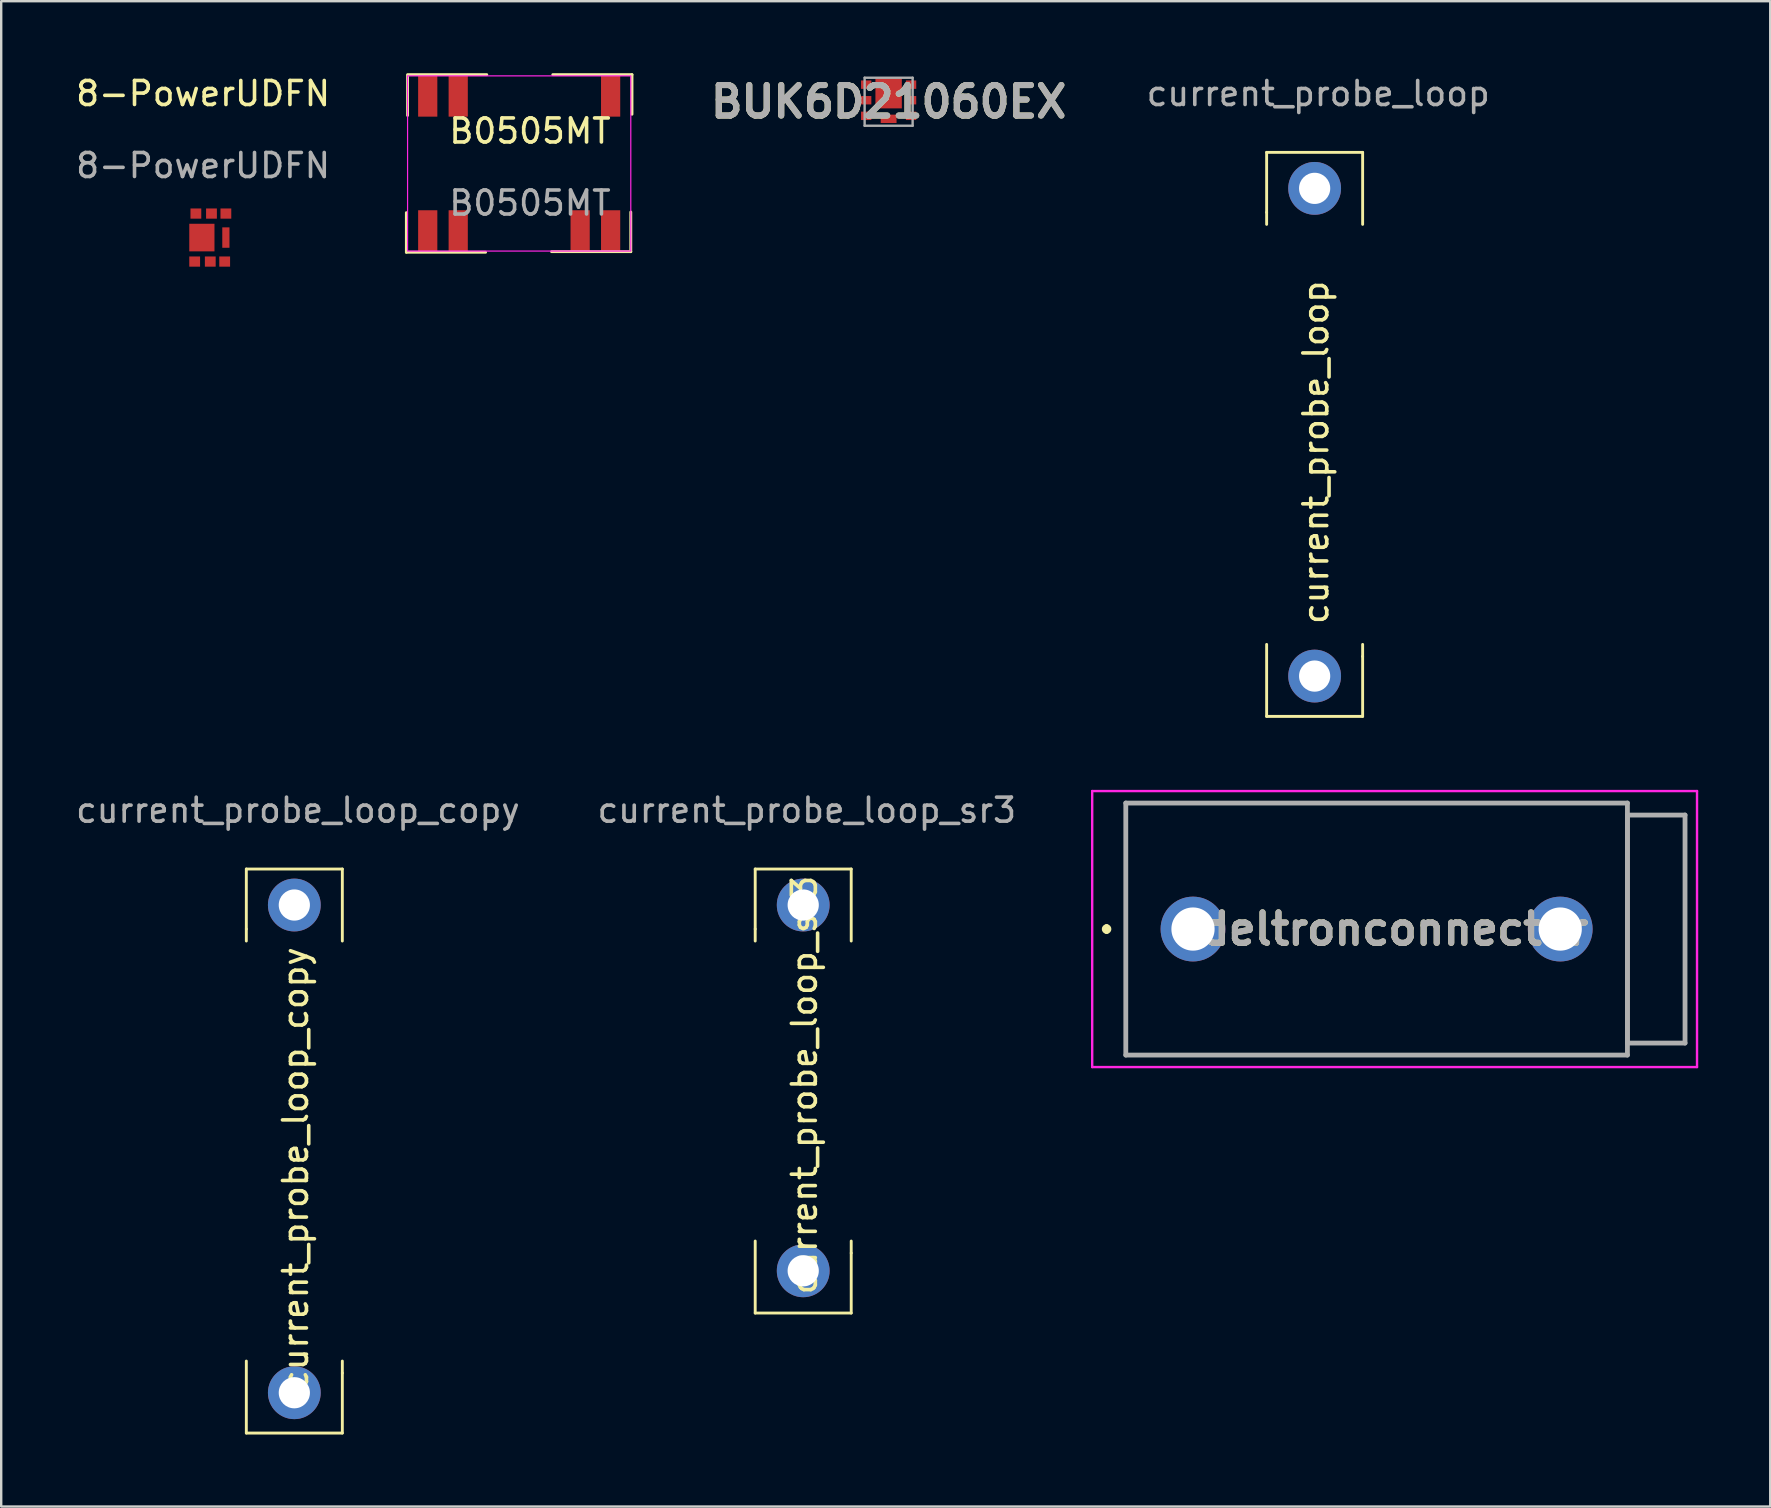
<source format=kicad_pcb>
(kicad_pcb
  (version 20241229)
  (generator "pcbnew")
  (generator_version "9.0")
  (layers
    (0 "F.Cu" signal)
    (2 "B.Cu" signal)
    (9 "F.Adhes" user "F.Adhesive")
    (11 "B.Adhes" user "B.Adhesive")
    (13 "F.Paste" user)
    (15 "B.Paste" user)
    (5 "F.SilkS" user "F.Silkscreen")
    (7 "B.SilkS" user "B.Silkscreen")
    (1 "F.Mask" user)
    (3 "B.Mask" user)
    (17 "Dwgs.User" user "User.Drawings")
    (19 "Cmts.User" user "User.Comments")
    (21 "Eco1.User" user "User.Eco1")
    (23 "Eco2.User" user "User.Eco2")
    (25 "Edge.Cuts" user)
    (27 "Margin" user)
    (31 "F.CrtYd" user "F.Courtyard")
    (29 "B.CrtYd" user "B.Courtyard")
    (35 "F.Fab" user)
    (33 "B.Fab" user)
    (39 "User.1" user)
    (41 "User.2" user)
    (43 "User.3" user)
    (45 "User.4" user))
  (footprint "current_probe_loop"
    (layer "F.Cu")
    (at 51.723 4.798)
    (property "Reference" "current_probe_loop" (at 0.05 11 90) (unlocked yes) (layer "F.SilkS") (effects (font (size 1 1) (thickness 0.15))))
    (attr through_hole)
    (fp_line (start -2 -1.5) (end 2 -1.5) (stroke (width 0.12) (type solid)) (layer "F.SilkS"))
    (fp_line (start -2 1) (end -2 -1.5) (stroke (width 0.12) (type solid)) (layer "F.SilkS"))
    (fp_line (start -2 1) (end -2 1.5) (stroke (width 0.12) (type solid)) (layer "F.SilkS"))
    (fp_line (start -2 22) (end -2 19) (stroke (width 0.12) (type solid)) (layer "F.SilkS"))
    (fp_line (start 2 -1.5) (end 2 1.5) (stroke (width 0.12) (type solid)) (layer "F.SilkS"))
    (fp_line (start 2 19.5) (end 2 19) (stroke (width 0.12) (type solid)) (layer "F.SilkS"))
    (fp_line (start 2 19.5) (end 2 22) (stroke (width 0.12) (type solid)) (layer "F.SilkS"))
    (fp_line (start 2 22) (end -2 22) (stroke (width 0.12) (type solid)) (layer "F.SilkS"))
    (fp_text user "${REFERENCE}" (at 0.15 -3.95 0) (unlocked yes) (layer "F.Fab") (effects (font (size 1 1) (thickness 0.15))))
    (pad "1" thru_hole circle (at 0 0) (size 2.2 2.2) (drill 1.3) (layers "*.Cu" "*.Mask"))
    (pad "2" thru_hole circle (at 0 20.32) (size 2.2 2.2) (drill 1.3) (layers "*.Cu" "*.Mask")))
  (footprint "current_probe_loop_sr3"
    (layer "F.Cu")
    (at 30.415 34.657)
    (property "Reference" "current_probe_loop_sr3" (at 0.05 7.5 90) (unlocked yes) (layer "F.SilkS") (effects (font (size 1 1) (thickness 0.15))))
    (attr through_hole)
    (fp_line (start -2 -1.5) (end 2 -1.5) (stroke (width 0.12) (type solid)) (layer "F.SilkS"))
    (fp_line (start -2 1) (end -2 -1.5) (stroke (width 0.12) (type solid)) (layer "F.SilkS"))
    (fp_line (start -2 1) (end -2 1.5) (stroke (width 0.12) (type solid)) (layer "F.SilkS"))
    (fp_line (start -2 17) (end -2 14) (stroke (width 0.12) (type solid)) (layer "F.SilkS"))
    (fp_line (start 2 -1.5) (end 2 1.5) (stroke (width 0.12) (type solid)) (layer "F.SilkS"))
    (fp_line (start 2 14.5) (end 2 14) (stroke (width 0.12) (type solid)) (layer "F.SilkS"))
    (fp_line (start 2 14.5) (end 2 17) (stroke (width 0.12) (type solid)) (layer "F.SilkS"))
    (fp_line (start 2 17) (end -2 17) (stroke (width 0.12) (type solid)) (layer "F.SilkS"))
    (fp_text user "${REFERENCE}" (at 0.15 -3.95 0) (unlocked yes) (layer "F.Fab") (effects (font (size 1 1) (thickness 0.15))))
    (pad "1" thru_hole circle (at 0 0) (size 2.2 2.2) (drill 1.3) (layers "*.Cu" "*.Mask"))
    (pad "2" thru_hole circle (at 0 15.24) (size 2.2 2.2) (drill 1.3) (layers "*.Cu" "*.Mask")))
  (footprint "B0505MT"
    (layer "F.Cu")
    (at 18.581 3.61)
    (property "Reference" "B0505MT" (at 0.45 -1.2 0) (unlocked yes) (layer "F.SilkS") (effects (font (size 1 1) (thickness 0.15))))
    (attr smd)
    (fp_line (start -4.7 2.2) (end -4.7 3.85) (stroke (width 0.12) (type solid)) (layer "F.SilkS"))
    (fp_line (start -4.7 3.85) (end -1.4 3.85) (stroke (width 0.12) (type solid)) (layer "F.SilkS"))
    (fp_line (start -4.65 -3.55) (end -1.35 -3.55) (stroke (width 0.12) (type solid)) (layer "F.SilkS"))
    (fp_line (start -4.65 -1.85) (end -4.65 -3.5) (stroke (width 0.12) (type solid)) (layer "F.SilkS"))
    (fp_line (start 4.65 2.175) (end 4.65 3.825) (stroke (width 0.12) (type solid)) (layer "F.SilkS"))
    (fp_line (start 4.65 3.825) (end 1.35 3.825) (stroke (width 0.12) (type solid)) (layer "F.SilkS"))
    (fp_line (start 4.7 -3.55) (end 1.4 -3.55) (stroke (width 0.12) (type solid)) (layer "F.SilkS"))
    (fp_line (start 4.7 -1.9) (end 4.7 -3.55) (stroke (width 0.12) (type solid)) (layer "F.SilkS"))
    (fp_rect (start -4.65 -3.5) (end 4.65 3.8) (stroke (width 0.05) (type solid)) (fill no) (layer "F.CrtYd"))
    (fp_text user "${REFERENCE}" (at 0.45 1.8 0) (unlocked yes) (layer "F.Fab") (effects (font (size 1 1) (thickness 0.15))))
    (pad "1" smd rect (at 3.81 -2.65 90) (size 1.7 0.8) (layers "F.Cu" "F.Mask" "F.Paste"))
    (pad "2" smd rect (at 2.54 2.95 90) (size 1.7 0.8) (layers "F.Cu" "F.Mask" "F.Paste"))
    (pad "2" smd rect (at 3.81 2.95 90) (size 1.7 0.8) (layers "F.Cu" "F.Mask" "F.Paste"))
    (pad "3" smd rect (at -3.81 -2.65 90) (size 1.7 0.8) (layers "F.Cu" "F.Mask" "F.Paste"))
    (pad "3" smd rect (at -2.54 -2.65 90) (size 1.7 0.8) (layers "F.Cu" "F.Mask" "F.Paste"))
    (pad "4" smd rect (at -3.81 2.95 90) (size 1.7 0.8) (layers "F.Cu" "F.Mask" "F.Paste"))
    (pad "4" smd rect (at -2.54 2.95 90) (size 1.7 0.8) (layers "F.Cu" "F.Mask" "F.Paste")))
  (footprint "BUK6D21060EX"
    (layer "F.Cu")
    (at 33.974 1.189)
    (property "Reference" "BUK6D21060EX" (at 0 0 0) (layer "F.SilkS") (effects (font (size 1.27 1.27) (thickness 0.254))))
    (attr smd)
    (fp_line (start -1.6 -0.7) (end -1.6 -0.7) (stroke (width 0.1) (type solid)) (layer "F.SilkS"))
    (fp_line (start -1.6 -0.6) (end -1.6 -0.6) (stroke (width 0.1) (type solid)) (layer "F.SilkS"))
    (fp_arc (start -1.6 -0.7) (mid -1.55 -0.65) (end -1.6 -0.6) (stroke (width 0.1) (type solid)) (layer "F.SilkS"))
    (fp_arc (start -1.6 -0.6) (mid -1.65 -0.65) (end -1.6 -0.7) (stroke (width 0.1) (type solid)) (layer "F.SilkS"))
    (fp_line (start -1 -1) (end -1 1) (stroke (width 0.1) (type solid)) (layer "F.Fab"))
    (fp_line (start -1 1) (end 1 1) (stroke (width 0.1) (type solid)) (layer "F.Fab"))
    (fp_line (start 1 -1) (end -1 -1) (stroke (width 0.1) (type solid)) (layer "F.Fab"))
    (fp_line (start 1 1) (end 1 -1) (stroke (width 0.1) (type solid)) (layer "F.Fab"))
    (fp_text user "${REFERENCE}" (at 0 0 0) (layer "F.Fab") (effects (font (size 1.27 1.27) (thickness 0.254))))
    (pad "1" smd rect (at -0.935 -0.712 90) (size 0.35 0.43) (layers "F.Cu" "F.Mask" "F.Paste"))
    (pad "2" smd rect (at -0.935 -0.063 90) (size 0.35 0.43) (layers "F.Cu" "F.Mask" "F.Paste"))
    (pad "3" smd rect (at -0.935 0.587 90) (size 0.35 0.43) (layers "F.Cu" "F.Mask" "F.Paste"))
    (pad "4" smd rect (at 0.935 0.587 90) (size 0.35 0.43) (layers "F.Cu" "F.Mask" "F.Paste"))
    (pad "5" smd rect (at 0.935 -0.063 90) (size 0.35 0.43) (layers "F.Cu" "F.Mask" "F.Paste"))
    (pad "6" smd rect (at 0.935 -0.712 90) (size 0.35 0.43) (layers "F.Cu" "F.Mask" "F.Paste"))
    (pad "7" smd rect (at 0 -0.348) (size 1.1 1.25) (layers "F.Cu" "F.Mask" "F.Paste"))
    (pad "8" smd rect (at 0 0.712 90) (size 0.35 0.66) (layers "F.Cu" "F.Mask" "F.Paste")))
  (footprint "current_probe_loop_copy"
    (layer "F.Cu")
    (at 9.213 34.657)
    (property "Reference" "current_probe_loop_copy" (at 0.05 11 90) (unlocked yes) (layer "F.SilkS") (effects (font (size 1 1) (thickness 0.15))))
    (attr through_hole)
    (fp_line (start -2 -1.5) (end 2 -1.5) (stroke (width 0.12) (type solid)) (layer "F.SilkS"))
    (fp_line (start -2 1) (end -2 -1.5) (stroke (width 0.12) (type solid)) (layer "F.SilkS"))
    (fp_line (start -2 1) (end -2 1.5) (stroke (width 0.12) (type solid)) (layer "F.SilkS"))
    (fp_line (start -2 22) (end -2 19) (stroke (width 0.12) (type solid)) (layer "F.SilkS"))
    (fp_line (start 2 -1.5) (end 2 1.5) (stroke (width 0.12) (type solid)) (layer "F.SilkS"))
    (fp_line (start 2 19.5) (end 2 19) (stroke (width 0.12) (type solid)) (layer "F.SilkS"))
    (fp_line (start 2 19.5) (end 2 22) (stroke (width 0.12) (type solid)) (layer "F.SilkS"))
    (fp_line (start 2 22) (end -2 22) (stroke (width 0.12) (type solid)) (layer "F.SilkS"))
    (fp_text user "${REFERENCE}" (at 0.15 -3.95 0) (unlocked yes) (layer "F.Fab") (effects (font (size 1 1) (thickness 0.15))))
    (pad "1" thru_hole circle (at 0 0) (size 2.2 2.2) (drill 1.3) (layers "*.Cu" "*.Mask"))
    (pad "2" thru_hole circle (at 0 20.32) (size 2.2 2.2) (drill 1.3) (layers "*.Cu" "*.Mask")))
  (footprint "deltronconnector"
    (layer "F.Cu")
    (at 46.655 35.658)
    (property "Reference" "deltronconnector" (at 8.4 0 0) (layer "F.SilkS") (effects (font (size 1.27 1.27) (thickness 0.254))))
    (attr through_hole)
    (fp_line (start -3.6 -0.1) (end -3.6 -0.1) (stroke (width 0.2) (type solid)) (layer "F.SilkS"))
    (fp_line (start -3.6 0.1) (end -3.6 0.1) (stroke (width 0.2) (type solid)) (layer "F.SilkS"))
    (fp_line (start -2.8 -5.25) (end 18.1 -5.25) (stroke (width 0.1) (type solid)) (layer "F.SilkS"))
    (fp_line (start -2.8 5.25) (end -2.8 -5.25) (stroke (width 0.1) (type solid)) (layer "F.SilkS"))
    (fp_line (start 18.1 -5.25) (end 18.1 5.25) (stroke (width 0.1) (type solid)) (layer "F.SilkS"))
    (fp_line (start 18.1 5.25) (end -2.8 5.25) (stroke (width 0.1) (type solid)) (layer "F.SilkS"))
    (fp_arc (start -3.6 -0.1) (mid -3.5 0) (end -3.6 0.1) (stroke (width 0.2) (type solid)) (layer "F.SilkS"))
    (fp_arc (start -3.6 0.1) (mid -3.7 0) (end -3.6 -0.1) (stroke (width 0.2) (type solid)) (layer "F.SilkS"))
    (fp_line (start -4.2 -5.75) (end 21 -5.75) (stroke (width 0.1) (type solid)) (layer "F.CrtYd"))
    (fp_line (start -4.2 5.75) (end -4.2 -5.75) (stroke (width 0.1) (type solid)) (layer "F.CrtYd"))
    (fp_line (start 21 -5.75) (end 21 5.75) (stroke (width 0.1) (type solid)) (layer "F.CrtYd"))
    (fp_line (start 21 5.75) (end -4.2 5.75) (stroke (width 0.1) (type solid)) (layer "F.CrtYd"))
    (fp_line (start -2.8 -5.25) (end -2.8 5.25) (stroke (width 0.2) (type solid)) (layer "F.Fab"))
    (fp_line (start -2.8 5.25) (end 18.1 5.25) (stroke (width 0.2) (type solid)) (layer "F.Fab"))
    (fp_line (start 18.1 -5.25) (end -2.8 -5.25) (stroke (width 0.2) (type solid)) (layer "F.Fab"))
    (fp_line (start 18.1 -4.75) (end 20.5 -4.75) (stroke (width 0.2) (type solid)) (layer "F.Fab"))
    (fp_line (start 18.1 4.75) (end 18.1 -4.75) (stroke (width 0.2) (type solid)) (layer "F.Fab"))
    (fp_line (start 18.1 5.25) (end 18.1 -5.25) (stroke (width 0.2) (type solid)) (layer "F.Fab"))
    (fp_line (start 20.5 -4.75) (end 20.5 4.75) (stroke (width 0.2) (type solid)) (layer "F.Fab"))
    (fp_line (start 20.5 4.75) (end 18.1 4.75) (stroke (width 0.2) (type solid)) (layer "F.Fab"))
    (fp_text user "${REFERENCE}" (at 8.4 0 0) (layer "F.Fab") (effects (font (size 1.27 1.27) (thickness 0.254))))
    (pad "1" thru_hole circle (at 0 0) (size 2.7 2.7) (drill 1.8) (layers "*.Cu" "*.Mask"))
    (pad "1" thru_hole circle (at 15.3 0) (size 2.7 2.7) (drill 1.8) (layers "*.Cu" "*.Mask")))
  (footprint "8-PowerUDFN"
    (layer "F.Cu")
    (at 5.561 6.798)
    (property "Reference" "8-PowerUDFN" (at -0.15 -5.95 0) (unlocked yes) (layer "F.SilkS") (effects (font (size 1 1) (thickness 0.15))))
    (attr smd)
    (fp_text user "${REFERENCE}" (at -0.15 -2.95 0) (unlocked yes) (layer "F.Fab") (effects (font (size 1 1) (thickness 0.15))))
    (pad "1" smd rect (at -0.2 0.05) (size 1.05 1.15) (layers "F.Cu" "F.Mask" "F.Paste"))
    (pad "2" smd rect (at 0.8 0.05) (size 0.3 0.85) (layers "F.Cu" "F.Mask" "F.Paste"))
    (pad "3" smd rect (at -0.5 1.05) (size 0.45 0.425) (layers "F.Cu" "F.Mask" "F.Paste"))
    (pad "3" smd rect (at -0.45 -0.95) (size 0.45 0.425) (layers "F.Cu" "F.Mask" "F.Paste"))
    (pad "3" smd rect (at 0.15 1.05) (size 0.45 0.425) (layers "F.Cu" "F.Mask" "F.Paste"))
    (pad "3" smd rect (at 0.2 -0.95) (size 0.45 0.425) (layers "F.Cu" "F.Mask" "F.Paste"))
    (pad "3" smd rect (at 0.75 1.05) (size 0.45 0.425) (layers "F.Cu" "F.Mask" "F.Paste"))
    (pad "3" smd rect (at 0.8 -0.95) (size 0.45 0.425) (layers "F.Cu" "F.Mask" "F.Paste")))
  (gr_rect
    (start -3 -3)
    (end 70.705 59.717)
    (stroke (width 0.1) (type default))
    (fill no)
    (layer "Edge.Cuts")))
</source>
